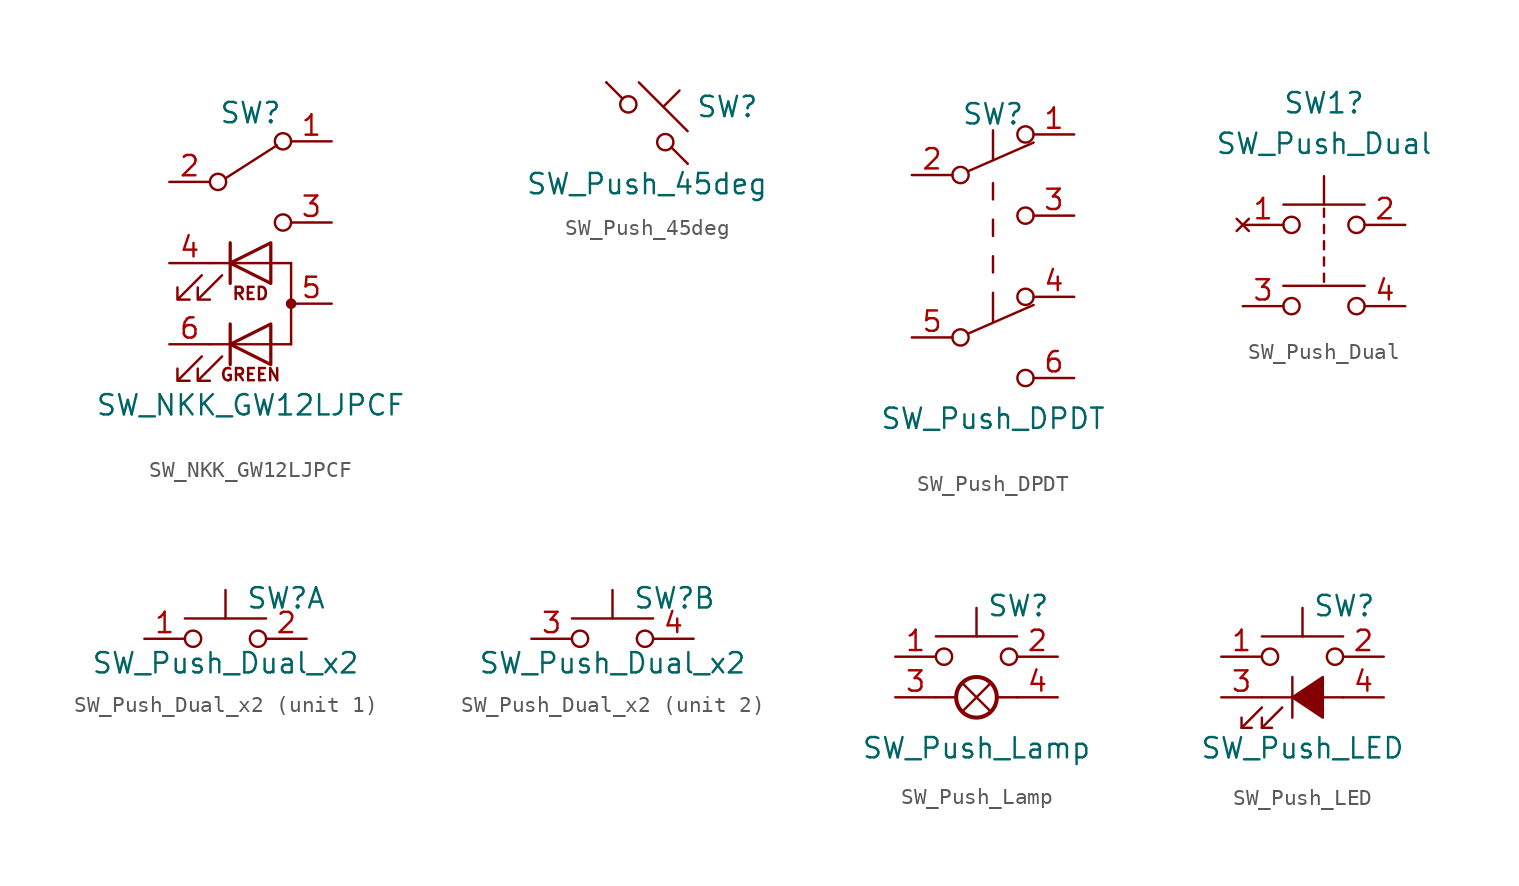
<source format=kicad_sym>
(kicad_symbol_lib
  (version 20211014)
  (generator kicad_symbol_editor)
  (symbol "SW_NKK_GW12LJPCF"
    (pin_names
      (offset 1.016) hide)
    (property "Reference" "SW"
      (at 0 9.398 0)
      (effects (font (size 1.27 1.27))))
    (property "Value" "SW_NKK_GW12LJPCF"
      (at 0 -8.89 0)
      (effects (font (size 1.27 1.27))))
    (symbol "SW_NKK_GW12LJPCF_0_0"
      (circle (center -2.032 5.08) (radius 0.508) (stroke (width 0) (type default) (color 0 0 0 0)) (fill (type none)))
      (polyline (pts (xy -2.54 -5.08) (xy 2.54 -5.08)) (stroke (width 0) (type default) (color 0 0 0 0)) (fill (type none)))
      (polyline (pts (xy -2.54 0) (xy 2.54 0)) (stroke (width 0) (type default) (color 0 0 0 0)) (fill (type none)))
      (circle (center 2.032 2.54) (radius 0.508) (stroke (width 0) (type default) (color 0 0 0 0)) (fill (type none)))
      (text "GREEN" (at 0 -6.985 0) (effects (font (size 0.762 0.762))))
      (text "RED" (at 0 -1.905 0) (effects (font (size 0.762 0.762)))))
    (symbol "SW_NKK_GW12LJPCF_0_1"
      (polyline (pts (xy -1.524 5.334) (xy 1.651 7.366)) (stroke (width 0) (type default) (color 0 0 0 0)) (fill (type none)))
      (polyline (pts (xy -1.27 -6.35) (xy -1.27 -3.81)) (stroke (width 0.203) (type default) (color 0 0 0 0)) (fill (type none)))
      (polyline (pts (xy -1.27 -1.27) (xy -1.27 1.27)) (stroke (width 0.203) (type default) (color 0 0 0 0)) (fill (type none)))
      (polyline (pts (xy 2.54 0) (xy 2.54 -5.08)) (stroke (width 0) (type default) (color 0 0 0 0)) (fill (type none)))
      (polyline (pts (xy 1.27 -6.35) (xy 1.27 -3.81) (xy -1.27 -5.08) (xy 1.27 -6.35)) (stroke (width 0.203) (type default) (color 0 0 0 0)) (fill (type none)))
      (polyline (pts (xy 1.27 -1.27) (xy 1.27 1.27) (xy -1.27 0) (xy 1.27 -1.27)) (stroke (width 0.203) (type default) (color 0 0 0 0)) (fill (type none)))
      (polyline (pts (xy -3.048 -5.842) (xy -4.572 -7.366) (xy -3.81 -7.366) (xy -4.572 -7.366) (xy -4.572 -6.604)) (stroke (width 0) (type default) (color 0 0 0 0)) (fill (type none)))
      (polyline (pts (xy -3.048 -0.762) (xy -4.572 -2.286) (xy -3.81 -2.286) (xy -4.572 -2.286) (xy -4.572 -1.524)) (stroke (width 0) (type default) (color 0 0 0 0)) (fill (type none)))
      (polyline (pts (xy -1.778 -5.842) (xy -3.302 -7.366) (xy -2.54 -7.366) (xy -3.302 -7.366) (xy -3.302 -6.604)) (stroke (width 0) (type default) (color 0 0 0 0)) (fill (type none)))
      (polyline (pts (xy -1.778 -0.762) (xy -3.302 -2.286) (xy -2.54 -2.286) (xy -3.302 -2.286) (xy -3.302 -1.524)) (stroke (width 0) (type default) (color 0 0 0 0)) (fill (type none)))
      (circle (center 2.032 7.62) (radius 0.508) (stroke (width 0) (type default) (color 0 0 0 0)) (fill (type none)))
      (circle (center 2.54 -2.54) (radius 0.254) (stroke (width 0) (type default) (color 0 0 0 0)) (fill (type outline)))
      (pin passive line (at -5.08 0 0) (length 2.54) (name "KR" (effects (font (size 1.27 1.27)))) (number "4" (effects (font (size 1.27 1.27)))))
      (pin passive line (at 5.08 -2.54 180) (length 2.54) (name "A" (effects (font (size 1.27 1.27)))) (number "5" (effects (font (size 1.27 1.27)))))
      (pin passive line (at -5.08 -5.08 0) (length 2.54) (name "KG" (effects (font (size 1.27 1.27)))) (number "6" (effects (font (size 1.27 1.27))))))
    (symbol "SW_NKK_GW12LJPCF_1_1"
      (pin passive line (at 5.08 7.62 180) (length 2.54) (name "A" (effects (font (size 1.27 1.27)))) (number "1" (effects (font (size 1.27 1.27)))))
      (pin passive line (at -5.08 5.08 0) (length 2.54) (name "B" (effects (font (size 1.27 1.27)))) (number "2" (effects (font (size 1.27 1.27)))))
      (pin passive line (at 5.08 2.54 180) (length 2.54) (name "C" (effects (font (size 1.27 1.27)))) (number "3" (effects (font (size 1.27 1.27)))))))
  (symbol "SW_Push_45deg"
    (pin_numbers hide)
    (pin_names
      (offset 1.016) hide)
    (property "Reference" "SW"
      (at 3.048 1.016 0)
      (effects (font (size 1.27 1.27)) (justify left)))
    (property "Value" "SW_Push_45deg"
      (at 0 -3.81 0)
      (effects (font (size 1.27 1.27))))
    (symbol "SW_Push_45deg_0_1"
      (circle (center -1.168 1.168) (radius 0.508) (stroke (width 0) (type default) (color 0 0 0 0)) (fill (type none)))
      (polyline (pts (xy -0.508 2.54) (xy 2.54 -0.508)) (stroke (width 0) (type default) (color 0 0 0 0)) (fill (type none)))
      (polyline (pts (xy 1.016 1.016) (xy 2.032 2.032)) (stroke (width 0) (type default) (color 0 0 0 0)) (fill (type none)))
      (polyline (pts (xy -2.54 2.54) (xy -1.524 1.524) (xy -1.524 1.524)) (stroke (width 0) (type default) (color 0 0 0 0)) (fill (type none)))
      (polyline (pts (xy 1.524 -1.524) (xy 2.54 -2.54) (xy 2.54 -2.54) (xy 2.54 -2.54)) (stroke (width 0) (type default) (color 0 0 0 0)) (fill (type none)))
      (circle (center 1.143 -1.194) (radius 0.508) (stroke (width 0) (type default) (color 0 0 0 0)) (fill (type none)))
      (pin passive line (at -2.54 2.54 0) (length 0) (name "1" (effects (font (size 1.27 1.27)))) (number "1" (effects (font (size 1.27 1.27)))))
      (pin passive line (at 2.54 -2.54 180) (length 0) (name "2" (effects (font (size 1.27 1.27)))) (number "2" (effects (font (size 1.27 1.27)))))))
  (symbol "SW_Push_DPDT"
    (pin_names
      (offset 0) hide)
    (property "Reference" "SW"
      (at 0 8.89 0)
      (effects (font (size 1.27 1.27))))
    (property "Value" "SW_Push_DPDT"
      (at 0 -10.16 0)
      (effects (font (size 1.27 1.27))))
    (symbol "SW_Push_DPDT_0_0"
      (circle (center -2.032 -5.08) (radius 0.508) (stroke (width 0) (type default) (color 0 0 0 0)) (fill (type none)))
      (circle (center -2.032 5.08) (radius 0.508) (stroke (width 0) (type default) (color 0 0 0 0)) (fill (type none)))
      (circle (center 2.032 -7.62) (radius 0.508) (stroke (width 0) (type default) (color 0 0 0 0)) (fill (type none)))
      (circle (center 2.032 2.54) (radius 0.508) (stroke (width 0) (type default) (color 0 0 0 0)) (fill (type none))))
    (symbol "SW_Push_DPDT_0_1"
      (polyline (pts (xy -1.524 -4.826) (xy 2.54 -3.048)) (stroke (width 0) (type default) (color 0 0 0 0)) (fill (type none)))
      (polyline (pts (xy -1.524 5.334) (xy 2.54 7.112)) (stroke (width 0) (type default) (color 0 0 0 0)) (fill (type none)))
      (polyline (pts (xy 0 -2.286) (xy 0 -4.064)) (stroke (width 0) (type default) (color 0 0 0 0)) (fill (type none)))
      (polyline (pts (xy 0 -1.016) (xy 0 0)) (stroke (width 0) (type default) (color 0 0 0 0)) (fill (type none)))
      (polyline (pts (xy 0 1.27) (xy 0 2.286)) (stroke (width 0) (type default) (color 0 0 0 0)) (fill (type none)))
      (polyline (pts (xy 0 3.556) (xy 0 4.572)) (stroke (width 0) (type default) (color 0 0 0 0)) (fill (type none)))
      (polyline (pts (xy 0 7.874) (xy 0 6.096)) (stroke (width 0) (type default) (color 0 0 0 0)) (fill (type none)))
      (circle (center 2.032 -2.54) (radius 0.508) (stroke (width 0) (type default) (color 0 0 0 0)) (fill (type none)))
      (circle (center 2.032 7.62) (radius 0.508) (stroke (width 0) (type default) (color 0 0 0 0)) (fill (type none))))
    (symbol "SW_Push_DPDT_1_1"
      (pin passive line (at 5.08 7.62 180) (length 2.54) (name "A" (effects (font (size 1.27 1.27)))) (number "1" (effects (font (size 1.27 1.27)))))
      (pin passive line (at -5.08 5.08 0) (length 2.54) (name "B" (effects (font (size 1.27 1.27)))) (number "2" (effects (font (size 1.27 1.27)))))
      (pin passive line (at 5.08 2.54 180) (length 2.54) (name "C" (effects (font (size 1.27 1.27)))) (number "3" (effects (font (size 1.27 1.27)))))
      (pin passive line (at 5.08 -2.54 180) (length 2.54) (name "A" (effects (font (size 1.27 1.27)))) (number "4" (effects (font (size 1.27 1.27)))))
      (pin passive line (at -5.08 -5.08 0) (length 2.54) (name "B" (effects (font (size 1.27 1.27)))) (number "5" (effects (font (size 1.27 1.27)))))
      (pin passive line (at 5.08 -7.62 180) (length 2.54) (name "C" (effects (font (size 1.27 1.27)))) (number "6" (effects (font (size 1.27 1.27)))))))
  (symbol "SW_Push_Dual"
    (pin_names
      (offset 1.016) hide)
    (property "Reference" "SW1"
      (at 0 7.62 0)
      (effects (font (size 1.27 1.27))))
    (property "Value" "SW_Push_Dual"
      (at 0 5.08 0)
      (effects (font (size 1.27 1.27))))
    (symbol "SW_Push_Dual_0_1"
      (circle (center -2.032 -5.08) (radius 0.508) (stroke (width 0) (type default) (color 0 0 0 0)) (fill (type none)))
      (circle (center -2.032 0) (radius 0.508) (stroke (width 0) (type default) (color 0 0 0 0)) (fill (type none)))
      (polyline (pts (xy 0 -3.048) (xy 0 -3.556)) (stroke (width 0) (type default) (color 0 0 0 0)) (fill (type none)))
      (polyline (pts (xy 0 -2.032) (xy 0 -2.54)) (stroke (width 0) (type default) (color 0 0 0 0)) (fill (type none)))
      (polyline (pts (xy 0 -1.524) (xy 0 -1.016)) (stroke (width 0) (type default) (color 0 0 0 0)) (fill (type none)))
      (polyline (pts (xy 0 -0.508) (xy 0 0)) (stroke (width 0) (type default) (color 0 0 0 0)) (fill (type none)))
      (polyline (pts (xy 0 0.508) (xy 0 1.016)) (stroke (width 0) (type default) (color 0 0 0 0)) (fill (type none)))
      (polyline (pts (xy 0 1.27) (xy 0 3.048)) (stroke (width 0) (type default) (color 0 0 0 0)) (fill (type none)))
      (polyline (pts (xy 2.54 -3.81) (xy -2.54 -3.81)) (stroke (width 0) (type default) (color 0 0 0 0)) (fill (type none)))
      (polyline (pts (xy 2.54 1.27) (xy -2.54 1.27)) (stroke (width 0) (type default) (color 0 0 0 0)) (fill (type none)))
      (circle (center 2.032 -5.08) (radius 0.508) (stroke (width 0) (type default) (color 0 0 0 0)) (fill (type none)))
      (circle (center 2.032 0) (radius 0.508) (stroke (width 0) (type default) (color 0 0 0 0)) (fill (type none)))
      (pin no_connect line (at -5.08 0 0) (length 2.54) (name "1" (effects (font (size 1.27 1.27)))) (number "1" (effects (font (size 1.27 1.27)))))
      (pin passive line (at 5.08 0 180) (length 2.54) (name "2" (effects (font (size 1.27 1.27)))) (number "2" (effects (font (size 1.27 1.27)))))
      (pin passive line (at -5.08 -5.08 0) (length 2.54) (name "3" (effects (font (size 1.27 1.27)))) (number "3" (effects (font (size 1.27 1.27)))))
      (pin passive line (at 5.08 -5.08 180) (length 2.54) (name "4" (effects (font (size 1.27 1.27)))) (number "4" (effects (font (size 1.27 1.27)))))))
  (symbol "SW_Push_Dual_x2"
    (pin_names
      (offset 1.016) hide)
    (property "Reference" "SW"
      (at 1.27 2.54 0)
      (effects (font (size 1.27 1.27)) (justify left)))
    (property "Value" "SW_Push_Dual_x2"
      (at 0 -1.524 0)
      (effects (font (size 1.27 1.27))))
    (symbol "SW_Push_Dual_x2_0_1"
      (circle (center -2.032 0) (radius 0.508) (stroke (width 0) (type default) (color 0 0 0 0)) (fill (type none)))
      (polyline (pts (xy 0 1.27) (xy 0 3.048)) (stroke (width 0) (type default) (color 0 0 0 0)) (fill (type none)))
      (polyline (pts (xy 2.54 1.27) (xy -2.54 1.27)) (stroke (width 0) (type default) (color 0 0 0 0)) (fill (type none)))
      (circle (center 2.032 0) (radius 0.508) (stroke (width 0) (type default) (color 0 0 0 0)) (fill (type none))))
    (symbol "SW_Push_Dual_x2_1_1"
      (pin passive line (at -5.08 0 0) (length 2.54) (name "C" (effects (font (size 1.27 1.27)))) (number "1" (effects (font (size 1.27 1.27)))))
      (pin passive line (at 5.08 0 180) (length 2.54) (name "D" (effects (font (size 1.27 1.27)))) (number "2" (effects (font (size 1.27 1.27))))))
    (symbol "SW_Push_Dual_x2_2_1"
      (pin passive line (at -5.08 0 0) (length 2.54) (name "C" (effects (font (size 1.27 1.27)))) (number "3" (effects (font (size 1.27 1.27)))))
      (pin passive line (at 5.08 0 180) (length 2.54) (name "D" (effects (font (size 1.27 1.27)))) (number "4" (effects (font (size 1.27 1.27)))))))
  (symbol "SW_Push_Lamp"
    (pin_names
      (offset 1.016) hide)
    (property "Reference" "SW"
      (at 0.635 5.715 0)
      (effects (font (size 1.27 1.27)) (justify left)))
    (property "Value" "SW_Push_Lamp"
      (at 0 -3.175 0)
      (effects (font (size 1.27 1.27))))
    (symbol "SW_Push_Lamp_0_1"
      (circle (center -2.032 2.54) (radius 0.508) (stroke (width 0) (type default) (color 0 0 0 0)) (fill (type none)))
      (polyline (pts (xy -2.54 0) (xy -1.27 0)) (stroke (width 0) (type default) (color 0 0 0 0)) (fill (type none)))
      (polyline (pts (xy -0.889 -0.889) (xy 0.889 0.889)) (stroke (width 0) (type default) (color 0 0 0 0)) (fill (type none)))
      (polyline (pts (xy 0 3.81) (xy 0 5.588)) (stroke (width 0) (type default) (color 0 0 0 0)) (fill (type none)))
      (polyline (pts (xy 0.889 -0.889) (xy -0.889 0.889)) (stroke (width 0) (type default) (color 0 0 0 0)) (fill (type none)))
      (polyline (pts (xy 2.54 0) (xy 1.27 0)) (stroke (width 0) (type default) (color 0 0 0 0)) (fill (type none)))
      (polyline (pts (xy 2.54 3.81) (xy -2.54 3.81)) (stroke (width 0) (type default) (color 0 0 0 0)) (fill (type none)))
      (circle (center 0 0) (radius 1.27) (stroke (width 0.254) (type default) (color 0 0 0 0)) (fill (type none)))
      (circle (center 2.032 2.54) (radius 0.508) (stroke (width 0) (type default) (color 0 0 0 0)) (fill (type none)))
      (pin passive line (at -5.08 2.54 0) (length 2.54) (name "1" (effects (font (size 1.27 1.27)))) (number "1" (effects (font (size 1.27 1.27)))))
      (pin passive line (at 5.08 2.54 180) (length 2.54) (name "2" (effects (font (size 1.27 1.27)))) (number "2" (effects (font (size 1.27 1.27)))))
      (pin passive line (at -5.08 0 0) (length 2.54) (name "L" (effects (font (size 1.27 1.27)))) (number "3" (effects (font (size 1.27 1.27)))))
      (pin passive line (at 5.08 0 180) (length 2.54) (name "L" (effects (font (size 1.27 1.27)))) (number "4" (effects (font (size 1.27 1.27)))))))
  (symbol "SW_Push_LED"
    (pin_names
      (offset 1.016) hide)
    (property "Reference" "SW"
      (at 0.635 5.715 0)
      (effects (font (size 1.27 1.27)) (justify left)))
    (property "Value" "SW_Push_LED"
      (at 0 -3.175 0)
      (effects (font (size 1.27 1.27))))
    (symbol "SW_Push_LED_0_0"
      (polyline (pts (xy -3.81 -1.905) (xy -2.54 -0.635)) (stroke (width 0) (type default) (color 0 0 0 0)) (fill (type none)))
      (polyline (pts (xy -2.54 -1.905) (xy -1.27 -0.635)) (stroke (width 0) (type default) (color 0 0 0 0)) (fill (type none)))
      (polyline (pts (xy -2.54 0) (xy 2.54 0)) (stroke (width 0) (type default) (color 0 0 0 0)) (fill (type none)))
      (polyline (pts (xy -0.635 1.27) (xy -0.635 -1.27)) (stroke (width 0) (type default) (color 0 0 0 0)) (fill (type none)))
      (polyline (pts (xy -3.81 -1.27) (xy -3.81 -1.905) (xy -3.175 -1.905)) (stroke (width 0) (type default) (color 0 0 0 0)) (fill (type none)))
      (polyline (pts (xy -2.54 -1.27) (xy -2.54 -1.905) (xy -1.905 -1.905)) (stroke (width 0) (type default) (color 0 0 0 0)) (fill (type none)))
      (polyline (pts (xy -0.635 0) (xy 1.27 1.27) (xy 1.27 -1.27) (xy -0.635 0)) (stroke (width 0) (type default) (color 0 0 0 0)) (fill (type outline))))
    (symbol "SW_Push_LED_0_1"
      (circle (center -2.032 2.54) (radius 0.508) (stroke (width 0) (type default) (color 0 0 0 0)) (fill (type none)))
      (polyline (pts (xy 0 3.81) (xy 0 5.588)) (stroke (width 0) (type default) (color 0 0 0 0)) (fill (type none)))
      (polyline (pts (xy 2.54 3.81) (xy -2.54 3.81)) (stroke (width 0) (type default) (color 0 0 0 0)) (fill (type none)))
      (circle (center 2.032 2.54) (radius 0.508) (stroke (width 0) (type default) (color 0 0 0 0)) (fill (type none)))
      (pin passive line (at -5.08 2.54 0) (length 2.54) (name "1" (effects (font (size 1.27 1.27)))) (number "1" (effects (font (size 1.27 1.27)))))
      (pin passive line (at 5.08 2.54 180) (length 2.54) (name "2" (effects (font (size 1.27 1.27)))) (number "2" (effects (font (size 1.27 1.27)))))
      (pin passive line (at -5.08 0 0) (length 2.54) (name "K" (effects (font (size 1.27 1.27)))) (number "3" (effects (font (size 1.27 1.27)))))
      (pin passive line (at 5.08 0 180) (length 2.54) (name "A" (effects (font (size 1.27 1.27)))) (number "4" (effects (font (size 1.27 1.27))))))))
</source>
